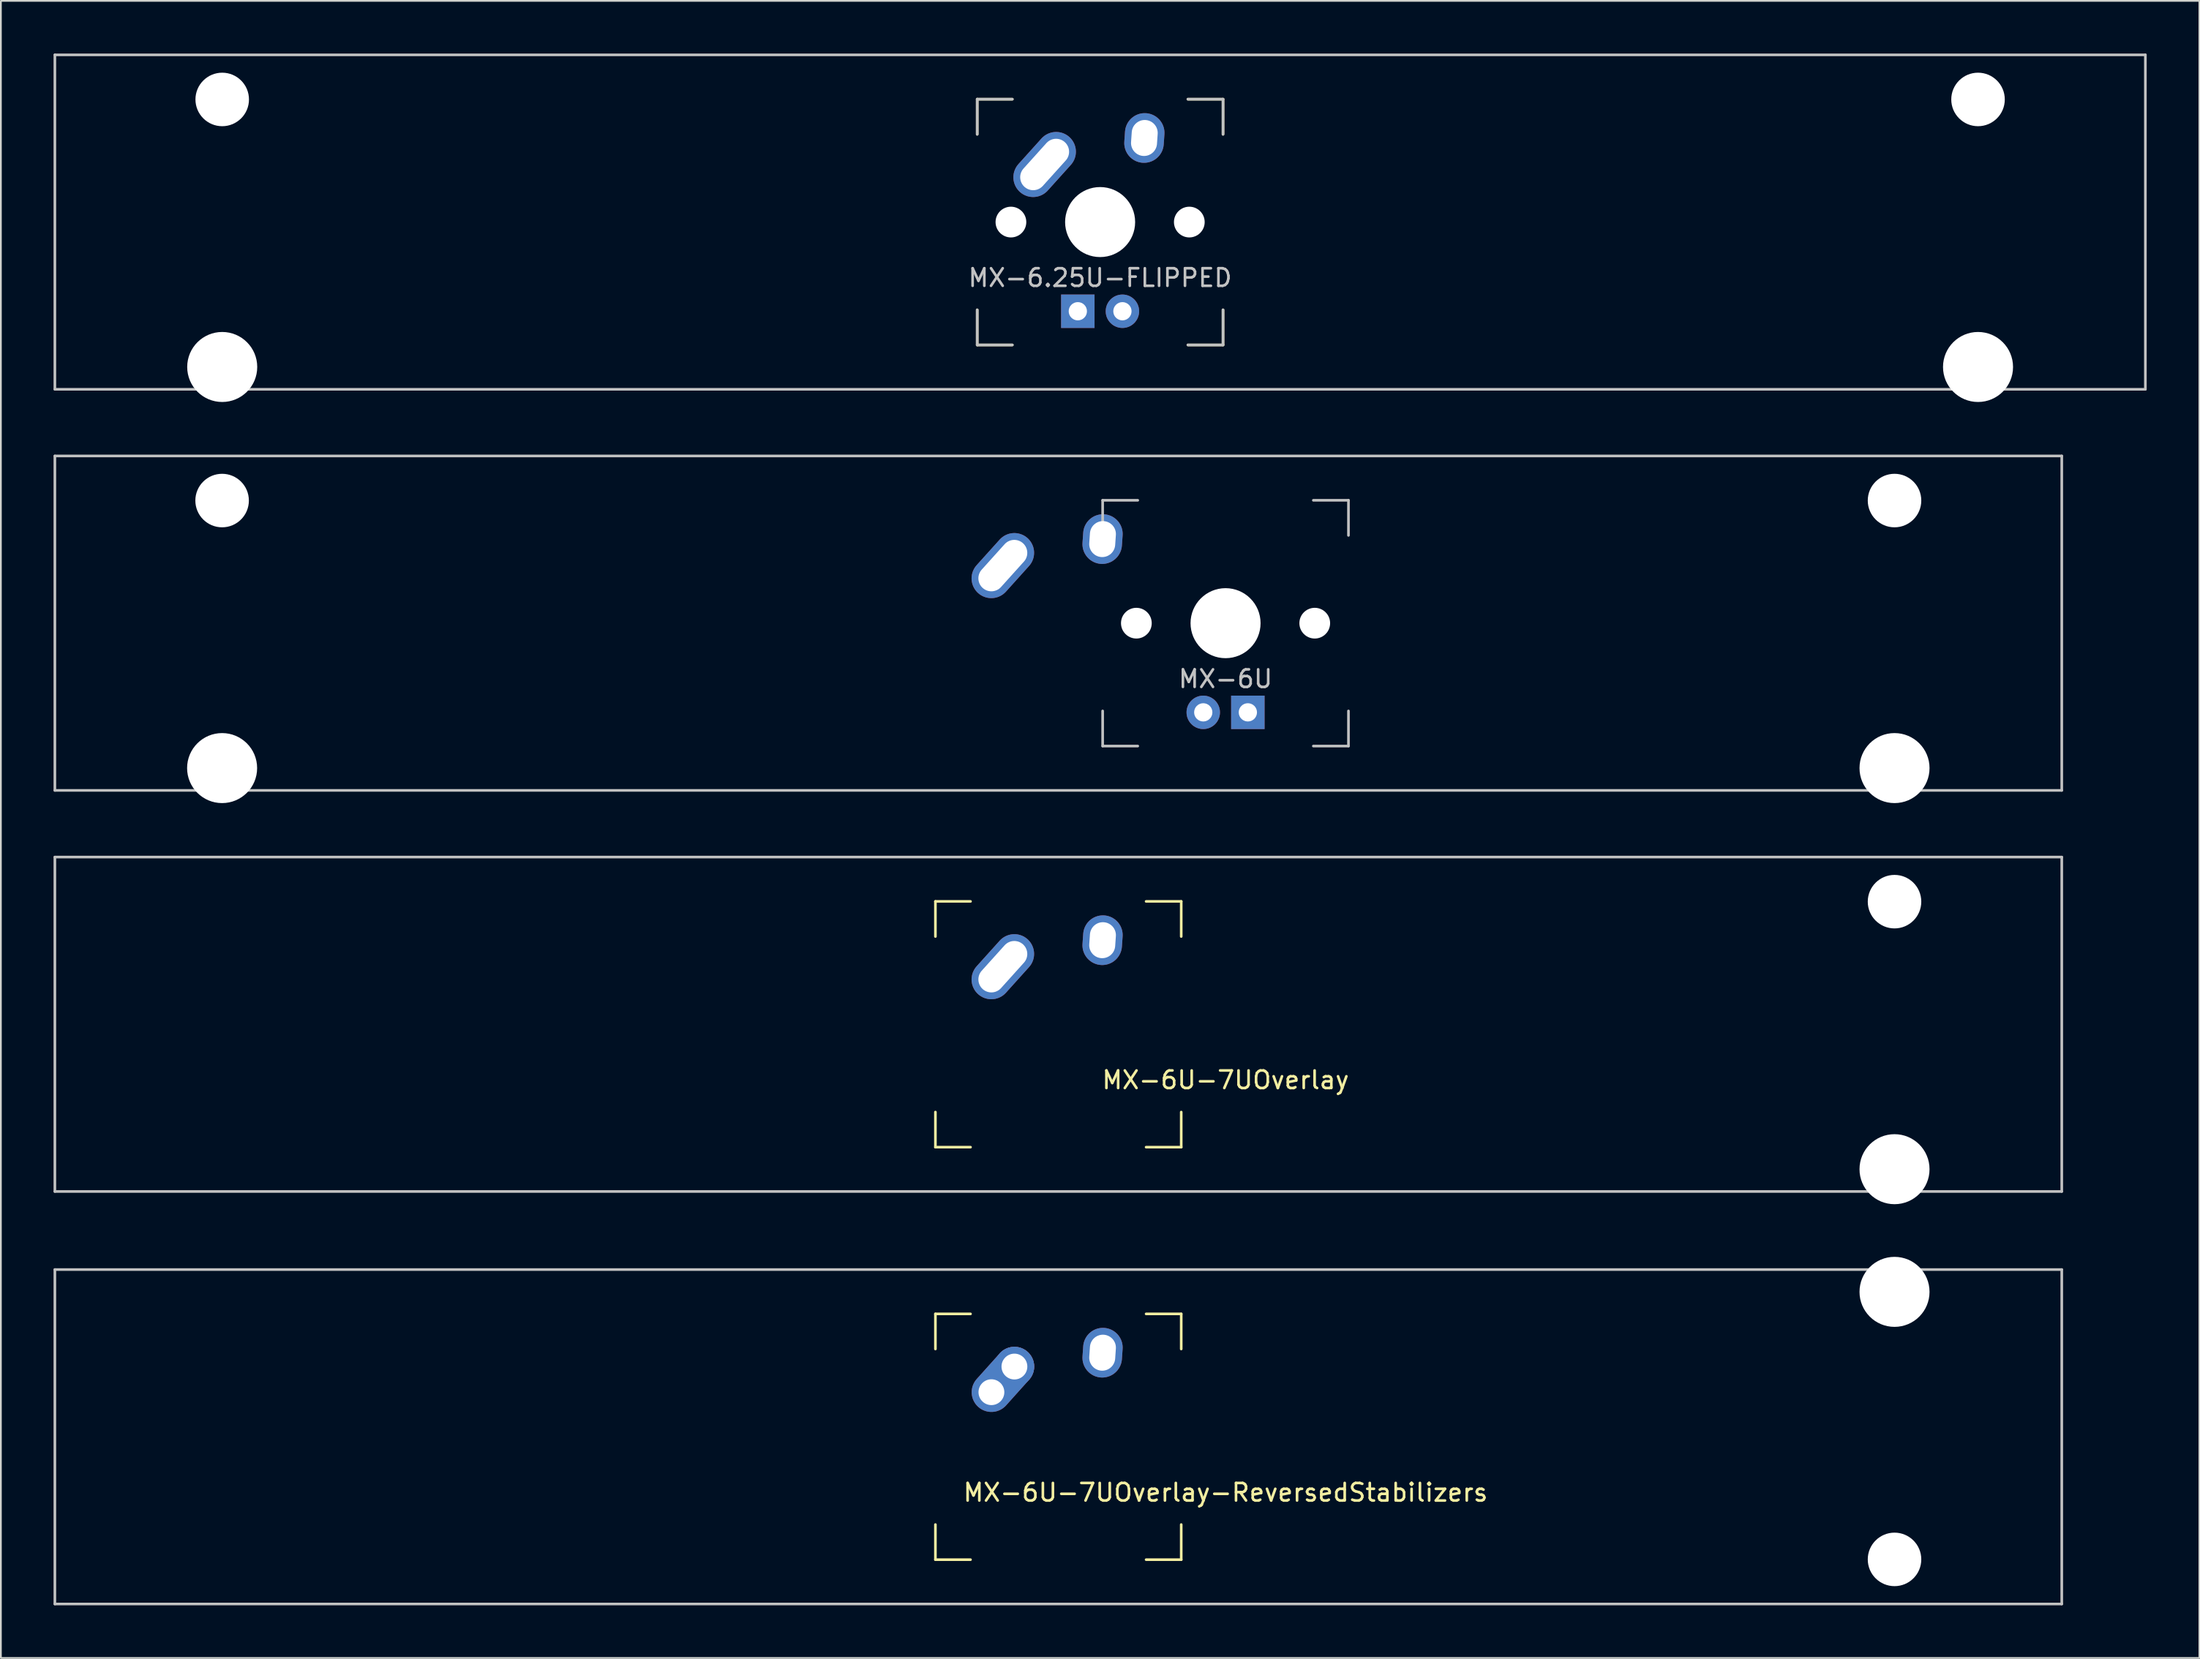
<source format=kicad_pcb>
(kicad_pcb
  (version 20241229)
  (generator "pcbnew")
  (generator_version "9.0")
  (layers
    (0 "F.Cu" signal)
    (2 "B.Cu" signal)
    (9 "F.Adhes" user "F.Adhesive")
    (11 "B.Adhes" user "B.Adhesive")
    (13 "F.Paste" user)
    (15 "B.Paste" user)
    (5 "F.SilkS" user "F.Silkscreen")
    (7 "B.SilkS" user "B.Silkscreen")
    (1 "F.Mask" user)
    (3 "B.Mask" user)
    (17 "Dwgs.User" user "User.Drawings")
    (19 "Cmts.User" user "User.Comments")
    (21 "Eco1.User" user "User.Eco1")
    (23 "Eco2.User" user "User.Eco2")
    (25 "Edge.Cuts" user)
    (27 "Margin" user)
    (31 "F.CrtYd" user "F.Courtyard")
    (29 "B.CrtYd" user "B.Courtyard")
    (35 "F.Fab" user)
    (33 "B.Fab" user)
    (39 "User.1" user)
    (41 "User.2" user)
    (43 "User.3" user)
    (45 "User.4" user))
  (footprint "MX-6U-7UOverlay-ReversedStabilizers"
    (layer "F.Cu")
    (at 57.225 78.796)
    (property "Reference" "MX-6U-7UOverlay-ReversedStabilizers" (at 9.525 3.175 0) (layer "F.SilkS") (effects (font (size 1 1) (thickness 0.15))))
    (attr through_hole)
    (fp_line (start -7 -7) (end -7 -5) (stroke (width 0.15) (type solid)) (layer "F.SilkS"))
    (fp_line (start -7 5) (end -7 7) (stroke (width 0.15) (type solid)) (layer "F.SilkS"))
    (fp_line (start -7 7) (end -5 7) (stroke (width 0.15) (type solid)) (layer "F.SilkS"))
    (fp_line (start -5 -7) (end -7 -7) (stroke (width 0.15) (type solid)) (layer "F.SilkS"))
    (fp_line (start 5 -7) (end 7 -7) (stroke (width 0.15) (type solid)) (layer "F.SilkS"))
    (fp_line (start 5 7) (end 7 7) (stroke (width 0.15) (type solid)) (layer "F.SilkS"))
    (fp_line (start 7 -7) (end 7 -5) (stroke (width 0.15) (type solid)) (layer "F.SilkS"))
    (fp_line (start 7 7) (end 7 5) (stroke (width 0.15) (type solid)) (layer "F.SilkS"))
    (fp_line (start -57.15 -9.525) (end 57.15 -9.525) (stroke (width 0.15) (type solid)) (layer "Dwgs.User"))
    (fp_line (start -57.15 9.525) (end -57.15 -9.525) (stroke (width 0.15) (type solid)) (layer "Dwgs.User"))
    (fp_line (start -57.15 9.525) (end 57.15 9.525) (stroke (width 0.15) (type solid)) (layer "Dwgs.User"))
    (fp_line (start 57.15 -9.525) (end 57.15 9.525) (stroke (width 0.15) (type solid)) (layer "Dwgs.User"))
    (pad "" np_thru_hole circle (at 47.625 -8.255) (size 3.988 3.988) (drill 3.988) (layers "*.Cu" "*.Mask"))
    (pad "" np_thru_hole circle (at 47.625 6.985) (size 3.048 3.048) (drill 3.048) (layers "*.Cu" "*.Mask"))
    (pad "1" thru_hole oval (at -3.81 -2.54 48.1) (size 4.212 2.25) (drill 1.47 (offset 0.981 0)) (layers "*.Cu" "*.Mask"))
    (pad "1" thru_hole circle (at -2.5 -4) (size 2.25 2.25) (drill 1.47) (layers "*.Cu" "*.Mask"))
    (pad "2" thru_hole oval (at 2.52 -4.79 86) (size 2.831 2.25) (drill oval 2.051 1.48) (layers "*.Cu" "*.Mask")))
  (footprint "MX-6.25U-FLIPPED"
    (layer "F.Cu")
    (at 59.606 9.6)
    (property "Reference" "MX-6.25U-FLIPPED" (at 0 3.175 0) (layer "Dwgs.User") (effects (font (size 1 1) (thickness 0.15))))
    (attr through_hole)
    (fp_line (start -7 -7) (end -7 -5) (stroke (width 0.15) (type solid)) (layer "F.SilkS"))
    (fp_line (start -7 5) (end -7 7) (stroke (width 0.15) (type solid)) (layer "F.SilkS"))
    (fp_line (start -7 7) (end -5 7) (stroke (width 0.15) (type solid)) (layer "F.SilkS"))
    (fp_line (start -5 -7) (end -7 -7) (stroke (width 0.15) (type solid)) (layer "F.SilkS"))
    (fp_line (start 5 -7) (end 7 -7) (stroke (width 0.15) (type solid)) (layer "F.SilkS"))
    (fp_line (start 5 7) (end 7 7) (stroke (width 0.15) (type solid)) (layer "F.SilkS"))
    (fp_line (start 7 -7) (end 7 -5) (stroke (width 0.15) (type solid)) (layer "F.SilkS"))
    (fp_line (start 7 7) (end 7 5) (stroke (width 0.15) (type solid)) (layer "F.SilkS"))
    (fp_line (start -59.531 -9.525) (end 59.531 -9.525) (stroke (width 0.15) (type solid)) (layer "Dwgs.User"))
    (fp_line (start -59.531 9.525) (end -59.531 -9.525) (stroke (width 0.15) (type solid)) (layer "Dwgs.User"))
    (fp_line (start -59.531 9.525) (end 59.531 9.525) (stroke (width 0.15) (type solid)) (layer "Dwgs.User"))
    (fp_line (start -7 -7) (end -7 -5) (stroke (width 0.15) (type solid)) (layer "Dwgs.User"))
    (fp_line (start -7 5) (end -7 7) (stroke (width 0.15) (type solid)) (layer "Dwgs.User"))
    (fp_line (start -7 7) (end -5 7) (stroke (width 0.15) (type solid)) (layer "Dwgs.User"))
    (fp_line (start -5 -7) (end -7 -7) (stroke (width 0.15) (type solid)) (layer "Dwgs.User"))
    (fp_line (start 5 -7) (end 7 -7) (stroke (width 0.15) (type solid)) (layer "Dwgs.User"))
    (fp_line (start 5 7) (end 7 7) (stroke (width 0.15) (type solid)) (layer "Dwgs.User"))
    (fp_line (start 7 -7) (end 7 -5) (stroke (width 0.15) (type solid)) (layer "Dwgs.User"))
    (fp_line (start 7 7) (end 7 5) (stroke (width 0.15) (type solid)) (layer "Dwgs.User"))
    (fp_line (start 59.531 -9.525) (end 59.531 9.525) (stroke (width 0.15) (type solid)) (layer "Dwgs.User"))
    (pad "" np_thru_hole circle (at -50 -6.985) (size 3.048 3.048) (drill 3.048) (layers "*.Cu" "*.Mask"))
    (pad "" np_thru_hole circle (at -50 8.255) (size 3.988 3.988) (drill 3.988) (layers "*.Cu" "*.Mask"))
    (pad "" np_thru_hole circle (at -5.08 0 48.1) (size 1.75 1.75) (drill 1.75) (layers "*.Cu" "*.Mask"))
    (pad "" np_thru_hole circle (at 0 0) (size 3.988 3.988) (drill 3.988) (layers "*.Cu" "*.Mask"))
    (pad "" np_thru_hole circle (at 5.08 0 48.1) (size 1.75 1.75) (drill 1.75) (layers "*.Cu" "*.Mask"))
    (pad "" np_thru_hole circle (at 50 -6.985) (size 3.048 3.048) (drill 3.048) (layers "*.Cu" "*.Mask"))
    (pad "" np_thru_hole circle (at 50 8.255) (size 3.988 3.988) (drill 3.988) (layers "*.Cu" "*.Mask"))
    (pad "1" thru_hole oval (at -3.16 -3.28 48) (size 4.21 2.25) (drill oval 3.43 1.48) (layers "*.Cu" "B.Mask"))
    (pad "2" thru_hole oval (at 2.52 -4.79 86) (size 2.831 2.25) (drill oval 2.051 1.48) (layers "*.Cu" "B.Mask"))
    (pad "3" thru_hole circle (at 1.27 5.08) (size 1.905 1.905) (drill 1.04) (layers "*.Cu" "B.Mask"))
    (pad "4" thru_hole rect (at -1.27 5.08) (size 1.905 1.905) (drill 1.04) (layers "*.Cu" "B.Mask")))
  (footprint "MX-6U"
    (layer "F.Cu")
    (at 57.225 32.449)
    (property "Reference" "MX-6U" (at 9.525 3.175 0) (layer "Dwgs.User") (effects (font (size 1 1) (thickness 0.15))))
    (attr through_hole)
    (fp_line (start -57.15 -9.525) (end 57.15 -9.525) (stroke (width 0.15) (type solid)) (layer "Dwgs.User"))
    (fp_line (start -57.15 9.525) (end -57.15 -9.525) (stroke (width 0.15) (type solid)) (layer "Dwgs.User"))
    (fp_line (start -57.15 9.525) (end 57.15 9.525) (stroke (width 0.15) (type solid)) (layer "Dwgs.User"))
    (fp_line (start 2.525 -7) (end 2.525 -5) (stroke (width 0.15) (type solid)) (layer "Dwgs.User"))
    (fp_line (start 2.525 5) (end 2.525 7) (stroke (width 0.15) (type solid)) (layer "Dwgs.User"))
    (fp_line (start 2.525 7) (end 4.525 7) (stroke (width 0.15) (type solid)) (layer "Dwgs.User"))
    (fp_line (start 4.525 -7) (end 2.525 -7) (stroke (width 0.15) (type solid)) (layer "Dwgs.User"))
    (fp_line (start 14.525 -7) (end 16.525 -7) (stroke (width 0.15) (type solid)) (layer "Dwgs.User"))
    (fp_line (start 14.525 7) (end 16.525 7) (stroke (width 0.15) (type solid)) (layer "Dwgs.User"))
    (fp_line (start 16.525 -7) (end 16.525 -5) (stroke (width 0.15) (type solid)) (layer "Dwgs.User"))
    (fp_line (start 16.525 7) (end 16.525 5) (stroke (width 0.15) (type solid)) (layer "Dwgs.User"))
    (fp_line (start 57.15 -9.525) (end 57.15 9.525) (stroke (width 0.15) (type solid)) (layer "Dwgs.User"))
    (pad "" np_thru_hole circle (at -47.625 -6.985) (size 3.048 3.048) (drill 3.048) (layers "*.Cu" "*.Mask"))
    (pad "" np_thru_hole circle (at -47.625 8.255) (size 3.988 3.988) (drill 3.988) (layers "*.Cu" "*.Mask"))
    (pad "" np_thru_hole circle (at 4.445 0 48.1) (size 1.75 1.75) (drill 1.75) (layers "*.Cu" "*.Mask"))
    (pad "" np_thru_hole circle (at 9.525 0) (size 3.988 3.988) (drill 3.988) (layers "*.Cu" "*.Mask"))
    (pad "" np_thru_hole circle (at 14.605 0 48.1) (size 1.75 1.75) (drill 1.75) (layers "*.Cu" "*.Mask"))
    (pad "" np_thru_hole circle (at 47.625 -6.985) (size 3.048 3.048) (drill 3.048) (layers "*.Cu" "*.Mask"))
    (pad "" np_thru_hole circle (at 47.625 8.255) (size 3.988 3.988) (drill 3.988) (layers "*.Cu" "*.Mask"))
    (pad "1" thru_hole oval (at -3.16 -3.28 48) (size 4.21 2.25) (drill oval 3.43 1.48) (layers "*.Cu" "B.Mask"))
    (pad "2" thru_hole oval (at 2.52 -4.79 86) (size 2.831 2.25) (drill oval 2.051 1.48) (layers "*.Cu" "B.Mask"))
    (pad "3" thru_hole circle (at 8.255 5.08) (size 1.905 1.905) (drill 1.04) (layers "*.Cu" "B.Mask"))
    (pad "4" thru_hole rect (at 10.795 5.08) (size 1.905 1.905) (drill 1.04) (layers "*.Cu" "B.Mask")))
  (footprint "MX-6U-7UOverlay"
    (layer "F.Cu")
    (at 57.225 55.298)
    (property "Reference" "MX-6U-7UOverlay" (at 9.525 3.175 0) (layer "F.SilkS") (effects (font (size 1 1) (thickness 0.15))))
    (attr through_hole)
    (fp_line (start -7 -7) (end -7 -5) (stroke (width 0.15) (type solid)) (layer "F.SilkS"))
    (fp_line (start -7 5) (end -7 7) (stroke (width 0.15) (type solid)) (layer "F.SilkS"))
    (fp_line (start -7 7) (end -5 7) (stroke (width 0.15) (type solid)) (layer "F.SilkS"))
    (fp_line (start -5 -7) (end -7 -7) (stroke (width 0.15) (type solid)) (layer "F.SilkS"))
    (fp_line (start 5 -7) (end 7 -7) (stroke (width 0.15) (type solid)) (layer "F.SilkS"))
    (fp_line (start 5 7) (end 7 7) (stroke (width 0.15) (type solid)) (layer "F.SilkS"))
    (fp_line (start 7 -7) (end 7 -5) (stroke (width 0.15) (type solid)) (layer "F.SilkS"))
    (fp_line (start 7 7) (end 7 5) (stroke (width 0.15) (type solid)) (layer "F.SilkS"))
    (fp_line (start -57.15 -9.525) (end 57.15 -9.525) (stroke (width 0.15) (type solid)) (layer "Dwgs.User"))
    (fp_line (start -57.15 9.525) (end -57.15 -9.525) (stroke (width 0.15) (type solid)) (layer "Dwgs.User"))
    (fp_line (start -57.15 9.525) (end 57.15 9.525) (stroke (width 0.15) (type solid)) (layer "Dwgs.User"))
    (fp_line (start 57.15 -9.525) (end 57.15 9.525) (stroke (width 0.15) (type solid)) (layer "Dwgs.User"))
    (pad "" np_thru_hole circle (at 47.625 -6.985) (size 3.048 3.048) (drill 3.048) (layers "*.Cu" "*.Mask"))
    (pad "" np_thru_hole circle (at 47.625 8.255) (size 3.988 3.988) (drill 3.988) (layers "*.Cu" "*.Mask"))
    (pad "1" thru_hole oval (at -3.16 -3.28 48) (size 4.21 2.25) (drill oval 3.43 1.48) (layers "*.Cu" "B.Mask"))
    (pad "2" thru_hole oval (at 2.52 -4.79 86) (size 2.831 2.25) (drill oval 2.051 1.48) (layers "*.Cu" "B.Mask")))
  (gr_rect
    (start -3 -3)
    (end 122.213 91.396)
    (stroke (width 0.1) (type default))
    (fill no)
    (layer "Edge.Cuts")))
</source>
